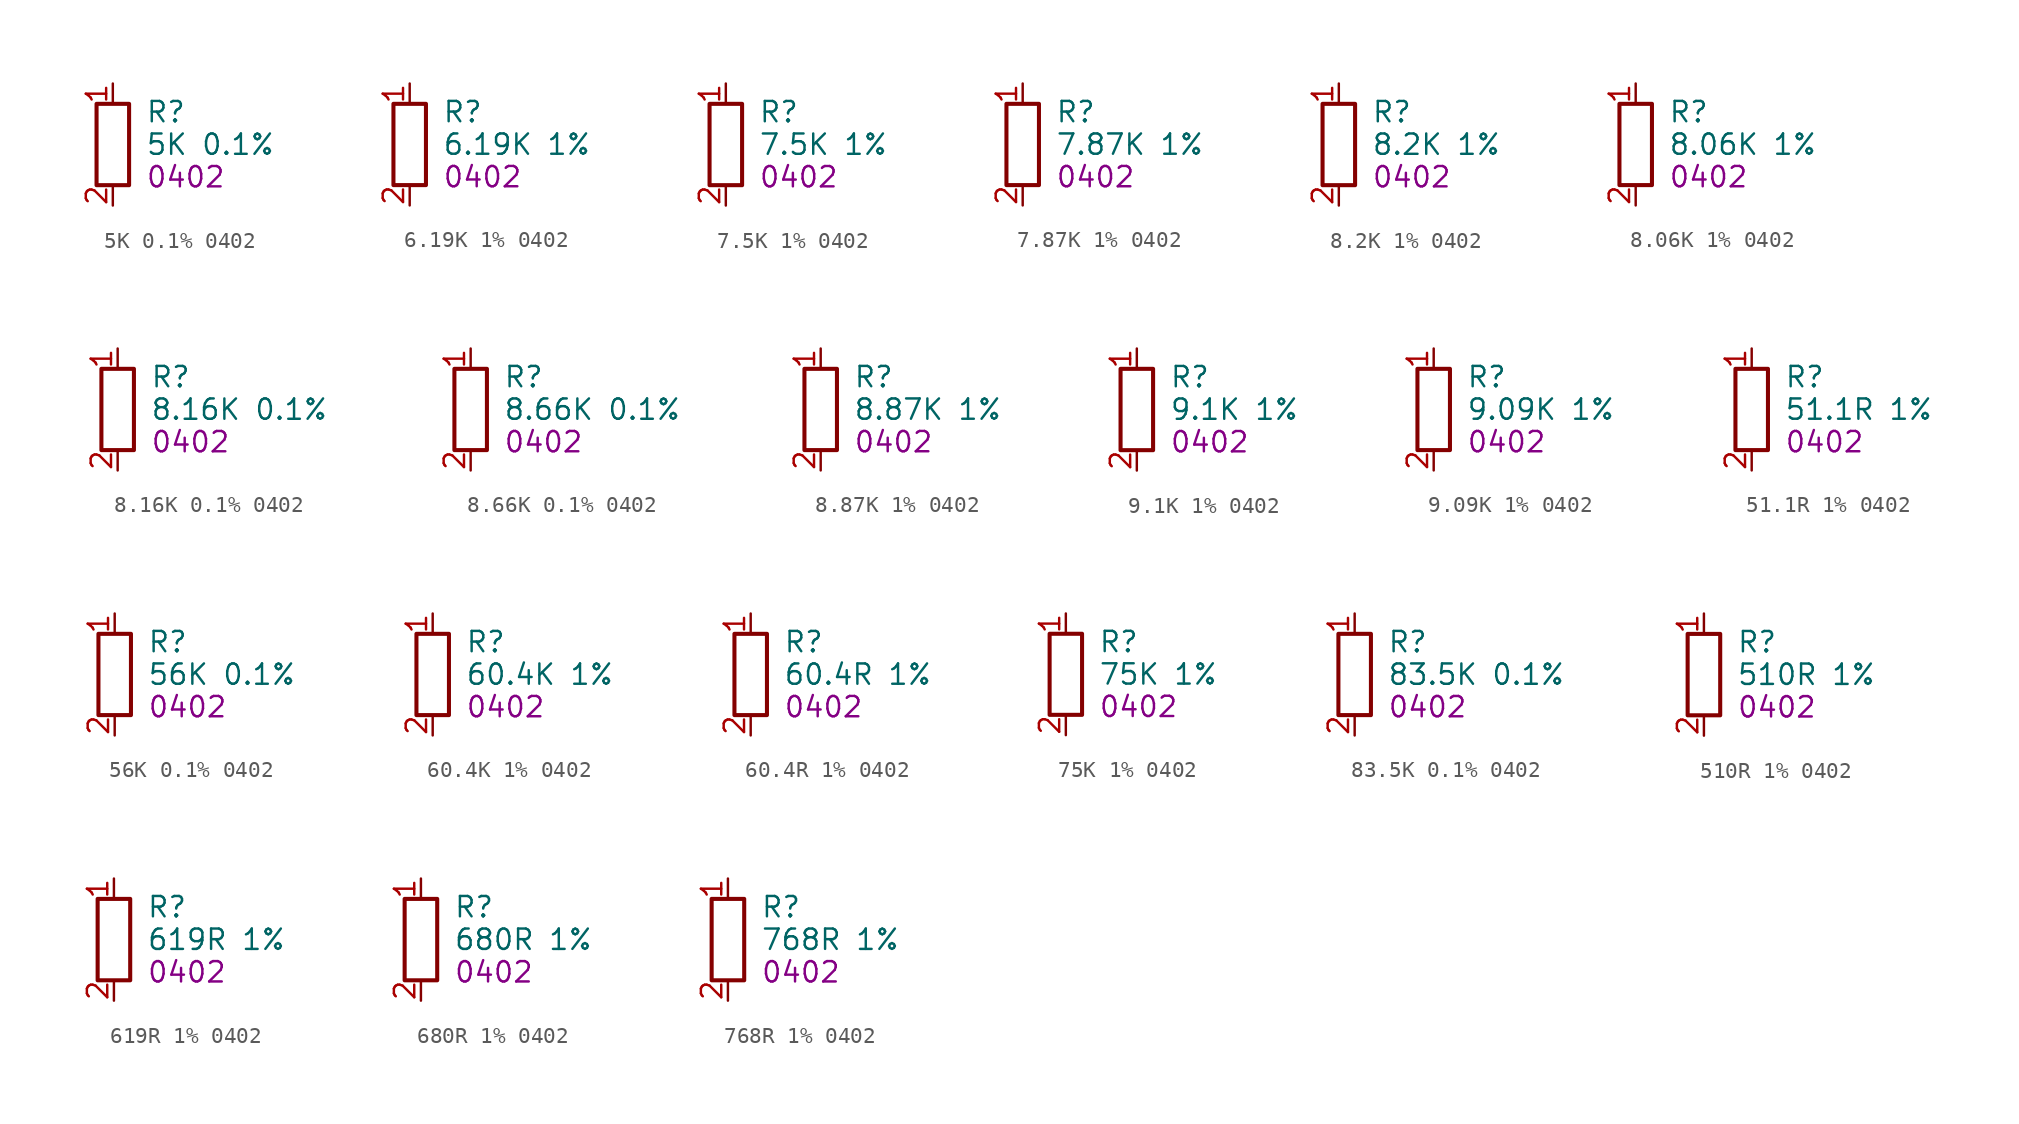
<source format=kicad_sym>
(kicad_symbol_lib
  (version 20241209)
  (generator "kicad_symbol_editor")
  (generator_version "9.0")
  (symbol "5K 0.1% 0402"
    (property "Reference" "R"
      (at 2.032 2.032 0)
      (effects (font (size 1.27 1.27)) (justify left)))
    (property "Value" "5K 0.1%"
      (at 2.032 0 0)
      (effects (font (size 1.27 1.27)) (justify left)))
    (property "FOOTPRINT_SHORT" "0402"
      (at 2.032 -2.032 0)
      (effects (font (size 1.27 1.27)) (justify left)))
    (symbol "5K 0.1% 0402_0_1"
      (rectangle (start -1.016 2.54) (end 1.016 -2.54) (stroke (width 0.254) (type default)) (fill (type none))))
    (symbol "5K 0.1% 0402_1_1"
      (pin passive line (at 0 3.81 270) (length 1.27) (name "~" (effects (font (size 1.27 1.27)))) (number "1" (effects (font (size 1.27 1.27)))))
      (pin passive line (at 0 -3.81 90) (length 1.27) (name "~" (effects (font (size 1.27 1.27)))) (number "2" (effects (font (size 1.27 1.27)))))))
  (symbol "6.19K 1% 0402"
    (property "Reference" "R"
      (at 2.032 2.032 0)
      (effects (font (size 1.27 1.27)) (justify left)))
    (property "Value" "6.19K 1%"
      (at 2.032 0 0)
      (effects (font (size 1.27 1.27)) (justify left)))
    (property "FOOTPRINT_SHORT" "0402"
      (at 2.032 -2.032 0)
      (effects (font (size 1.27 1.27)) (justify left)))
    (symbol "6.19K 1% 0402_0_1"
      (rectangle (start -1.016 2.54) (end 1.016 -2.54) (stroke (width 0.254) (type default)) (fill (type none))))
    (symbol "6.19K 1% 0402_1_1"
      (pin passive line (at 0 3.81 270) (length 1.27) (name "~" (effects (font (size 1.27 1.27)))) (number "1" (effects (font (size 1.27 1.27)))))
      (pin passive line (at 0 -3.81 90) (length 1.27) (name "~" (effects (font (size 1.27 1.27)))) (number "2" (effects (font (size 1.27 1.27)))))))
  (symbol "7.5K 1% 0402"
    (property "Reference" "R"
      (at 2.032 2.032 0)
      (effects (font (size 1.27 1.27)) (justify left)))
    (property "Value" "7.5K 1%"
      (at 2.032 0 0)
      (effects (font (size 1.27 1.27)) (justify left)))
    (property "FOOTPRINT_SHORT" "0402"
      (at 2.032 -2.032 0)
      (effects (font (size 1.27 1.27)) (justify left)))
    (symbol "7.5K 1% 0402_0_1"
      (rectangle (start -1.016 2.54) (end 1.016 -2.54) (stroke (width 0.254) (type default)) (fill (type none))))
    (symbol "7.5K 1% 0402_1_1"
      (pin passive line (at 0 3.81 270) (length 1.27) (name "~" (effects (font (size 1.27 1.27)))) (number "1" (effects (font (size 1.27 1.27)))))
      (pin passive line (at 0 -3.81 90) (length 1.27) (name "~" (effects (font (size 1.27 1.27)))) (number "2" (effects (font (size 1.27 1.27)))))))
  (symbol "7.87K 1% 0402"
    (property "Reference" "R"
      (at 2.032 2.032 0)
      (effects (font (size 1.27 1.27)) (justify left)))
    (property "Value" "7.87K 1%"
      (at 2.032 0 0)
      (effects (font (size 1.27 1.27)) (justify left)))
    (property "FOOTPRINT_SHORT" "0402"
      (at 2.032 -2.032 0)
      (effects (font (size 1.27 1.27)) (justify left)))
    (symbol "7.87K 1% 0402_0_1"
      (rectangle (start -1.016 2.54) (end 1.016 -2.54) (stroke (width 0.254) (type default)) (fill (type none))))
    (symbol "7.87K 1% 0402_1_1"
      (pin passive line (at 0 3.81 270) (length 1.27) (name "~" (effects (font (size 1.27 1.27)))) (number "1" (effects (font (size 1.27 1.27)))))
      (pin passive line (at 0 -3.81 90) (length 1.27) (name "~" (effects (font (size 1.27 1.27)))) (number "2" (effects (font (size 1.27 1.27)))))))
  (symbol "8.2K 1% 0402"
    (property "Reference" "R"
      (at 2.032 2.032 0)
      (effects (font (size 1.27 1.27)) (justify left)))
    (property "Value" "8.2K 1%"
      (at 2.032 0 0)
      (effects (font (size 1.27 1.27)) (justify left)))
    (property "FOOTPRINT_SHORT" "0402"
      (at 2.032 -2.032 0)
      (effects (font (size 1.27 1.27)) (justify left)))
    (symbol "8.2K 1% 0402_0_1"
      (rectangle (start -1.016 2.54) (end 1.016 -2.54) (stroke (width 0.254) (type default)) (fill (type none))))
    (symbol "8.2K 1% 0402_1_1"
      (pin passive line (at 0 3.81 270) (length 1.27) (name "~" (effects (font (size 1.27 1.27)))) (number "1" (effects (font (size 1.27 1.27)))))
      (pin passive line (at 0 -3.81 90) (length 1.27) (name "~" (effects (font (size 1.27 1.27)))) (number "2" (effects (font (size 1.27 1.27)))))))
  (symbol "8.06K 1% 0402"
    (property "Reference" "R"
      (at 2.032 2.032 0)
      (effects (font (size 1.27 1.27)) (justify left)))
    (property "Value" "8.06K 1%"
      (at 2.032 0 0)
      (effects (font (size 1.27 1.27)) (justify left)))
    (property "FOOTPRINT_SHORT" "0402"
      (at 2.032 -2.032 0)
      (effects (font (size 1.27 1.27)) (justify left)))
    (symbol "8.06K 1% 0402_0_1"
      (rectangle (start -1.016 2.54) (end 1.016 -2.54) (stroke (width 0.254) (type default)) (fill (type none))))
    (symbol "8.06K 1% 0402_1_1"
      (pin passive line (at 0 3.81 270) (length 1.27) (name "~" (effects (font (size 1.27 1.27)))) (number "1" (effects (font (size 1.27 1.27)))))
      (pin passive line (at 0 -3.81 90) (length 1.27) (name "~" (effects (font (size 1.27 1.27)))) (number "2" (effects (font (size 1.27 1.27)))))))
  (symbol "8.16K 0.1% 0402"
    (property "Reference" "R"
      (at 2.032 2.032 0)
      (effects (font (size 1.27 1.27)) (justify left)))
    (property "Value" "8.16K 0.1%"
      (at 2.032 0 0)
      (effects (font (size 1.27 1.27)) (justify left)))
    (property "FOOTPRINT_SHORT" "0402"
      (at 2.032 -2.032 0)
      (effects (font (size 1.27 1.27)) (justify left)))
    (symbol "8.16K 0.1% 0402_0_1"
      (rectangle (start -1.016 2.54) (end 1.016 -2.54) (stroke (width 0.254) (type default)) (fill (type none))))
    (symbol "8.16K 0.1% 0402_1_1"
      (pin passive line (at 0 3.81 270) (length 1.27) (name "~" (effects (font (size 1.27 1.27)))) (number "1" (effects (font (size 1.27 1.27)))))
      (pin passive line (at 0 -3.81 90) (length 1.27) (name "~" (effects (font (size 1.27 1.27)))) (number "2" (effects (font (size 1.27 1.27)))))))
  (symbol "8.66K 0.1% 0402"
    (property "Reference" "R"
      (at 2.032 2.032 0)
      (effects (font (size 1.27 1.27)) (justify left)))
    (property "Value" "8.66K 0.1%"
      (at 2.032 0 0)
      (effects (font (size 1.27 1.27)) (justify left)))
    (property "FOOTPRINT_SHORT" "0402"
      (at 2.032 -2.032 0)
      (effects (font (size 1.27 1.27)) (justify left)))
    (symbol "8.66K 0.1% 0402_0_1"
      (rectangle (start -1.016 2.54) (end 1.016 -2.54) (stroke (width 0.254) (type default)) (fill (type none))))
    (symbol "8.66K 0.1% 0402_1_1"
      (pin passive line (at 0 3.81 270) (length 1.27) (name "~" (effects (font (size 1.27 1.27)))) (number "1" (effects (font (size 1.27 1.27)))))
      (pin passive line (at 0 -3.81 90) (length 1.27) (name "~" (effects (font (size 1.27 1.27)))) (number "2" (effects (font (size 1.27 1.27)))))))
  (symbol "8.87K 1% 0402"
    (property "Reference" "R"
      (at 2.032 2.032 0)
      (effects (font (size 1.27 1.27)) (justify left)))
    (property "Value" "8.87K 1%"
      (at 2.032 0 0)
      (effects (font (size 1.27 1.27)) (justify left)))
    (property "FOOTPRINT_SHORT" "0402"
      (at 2.032 -2.032 0)
      (effects (font (size 1.27 1.27)) (justify left)))
    (symbol "8.87K 1% 0402_0_1"
      (rectangle (start -1.016 2.54) (end 1.016 -2.54) (stroke (width 0.254) (type default)) (fill (type none))))
    (symbol "8.87K 1% 0402_1_1"
      (pin passive line (at 0 3.81 270) (length 1.27) (name "~" (effects (font (size 1.27 1.27)))) (number "1" (effects (font (size 1.27 1.27)))))
      (pin passive line (at 0 -3.81 90) (length 1.27) (name "~" (effects (font (size 1.27 1.27)))) (number "2" (effects (font (size 1.27 1.27)))))))
  (symbol "9.1K 1% 0402"
    (property "Reference" "R"
      (at 2.032 2.032 0)
      (effects (font (size 1.27 1.27)) (justify left)))
    (property "Value" "9.1K 1%"
      (at 2.032 0 0)
      (effects (font (size 1.27 1.27)) (justify left)))
    (property "FOOTPRINT_SHORT" "0402"
      (at 2.032 -2.032 0)
      (effects (font (size 1.27 1.27)) (justify left)))
    (symbol "9.1K 1% 0402_0_1"
      (rectangle (start -1.016 2.54) (end 1.016 -2.54) (stroke (width 0.254) (type default)) (fill (type none))))
    (symbol "9.1K 1% 0402_1_1"
      (pin passive line (at 0 3.81 270) (length 1.27) (name "~" (effects (font (size 1.27 1.27)))) (number "1" (effects (font (size 1.27 1.27)))))
      (pin passive line (at 0 -3.81 90) (length 1.27) (name "~" (effects (font (size 1.27 1.27)))) (number "2" (effects (font (size 1.27 1.27)))))))
  (symbol "9.09K 1% 0402"
    (property "Reference" "R"
      (at 2.032 2.032 0)
      (effects (font (size 1.27 1.27)) (justify left)))
    (property "Value" "9.09K 1%"
      (at 2.032 0 0)
      (effects (font (size 1.27 1.27)) (justify left)))
    (property "FOOTPRINT_SHORT" "0402"
      (at 2.032 -2.032 0)
      (effects (font (size 1.27 1.27)) (justify left)))
    (symbol "9.09K 1% 0402_0_1"
      (rectangle (start -1.016 2.54) (end 1.016 -2.54) (stroke (width 0.254) (type default)) (fill (type none))))
    (symbol "9.09K 1% 0402_1_1"
      (pin passive line (at 0 3.81 270) (length 1.27) (name "~" (effects (font (size 1.27 1.27)))) (number "1" (effects (font (size 1.27 1.27)))))
      (pin passive line (at 0 -3.81 90) (length 1.27) (name "~" (effects (font (size 1.27 1.27)))) (number "2" (effects (font (size 1.27 1.27)))))))
  (symbol "51.1R 1% 0402"
    (property "Reference" "R"
      (at 2.032 2.032 0)
      (effects (font (size 1.27 1.27)) (justify left)))
    (property "Value" "51.1R 1%"
      (at 2.032 0 0)
      (effects (font (size 1.27 1.27)) (justify left)))
    (property "FOOTPRINT_SHORT" "0402"
      (at 2.032 -2.032 0)
      (effects (font (size 1.27 1.27)) (justify left)))
    (symbol "51.1R 1% 0402_0_1"
      (rectangle (start -1.016 2.54) (end 1.016 -2.54) (stroke (width 0.254) (type default)) (fill (type none))))
    (symbol "51.1R 1% 0402_1_1"
      (pin passive line (at 0 3.81 270) (length 1.27) (name "~" (effects (font (size 1.27 1.27)))) (number "1" (effects (font (size 1.27 1.27)))))
      (pin passive line (at 0 -3.81 90) (length 1.27) (name "~" (effects (font (size 1.27 1.27)))) (number "2" (effects (font (size 1.27 1.27)))))))
  (symbol "56K 0.1% 0402"
    (property "Reference" "R"
      (at 2.032 2.032 0)
      (effects (font (size 1.27 1.27)) (justify left)))
    (property "Value" "56K 0.1%"
      (at 2.032 0 0)
      (effects (font (size 1.27 1.27)) (justify left)))
    (property "FOOTPRINT_SHORT" "0402"
      (at 2.032 -2.032 0)
      (effects (font (size 1.27 1.27)) (justify left)))
    (symbol "56K 0.1% 0402_0_1"
      (rectangle (start -1.016 2.54) (end 1.016 -2.54) (stroke (width 0.254) (type default)) (fill (type none))))
    (symbol "56K 0.1% 0402_1_1"
      (pin passive line (at 0 3.81 270) (length 1.27) (name "~" (effects (font (size 1.27 1.27)))) (number "1" (effects (font (size 1.27 1.27)))))
      (pin passive line (at 0 -3.81 90) (length 1.27) (name "~" (effects (font (size 1.27 1.27)))) (number "2" (effects (font (size 1.27 1.27)))))))
  (symbol "60.4K 1% 0402"
    (property "Reference" "R"
      (at 2.032 2.032 0)
      (effects (font (size 1.27 1.27)) (justify left)))
    (property "Value" "60.4K 1%"
      (at 2.032 0 0)
      (effects (font (size 1.27 1.27)) (justify left)))
    (property "FOOTPRINT_SHORT" "0402"
      (at 2.032 -2.032 0)
      (effects (font (size 1.27 1.27)) (justify left)))
    (symbol "60.4K 1% 0402_0_1"
      (rectangle (start -1.016 2.54) (end 1.016 -2.54) (stroke (width 0.254) (type default)) (fill (type none))))
    (symbol "60.4K 1% 0402_1_1"
      (pin passive line (at 0 3.81 270) (length 1.27) (name "~" (effects (font (size 1.27 1.27)))) (number "1" (effects (font (size 1.27 1.27)))))
      (pin passive line (at 0 -3.81 90) (length 1.27) (name "~" (effects (font (size 1.27 1.27)))) (number "2" (effects (font (size 1.27 1.27)))))))
  (symbol "60.4R 1% 0402"
    (property "Reference" "R"
      (at 2.032 2.032 0)
      (effects (font (size 1.27 1.27)) (justify left)))
    (property "Value" "60.4R 1%"
      (at 2.032 0 0)
      (effects (font (size 1.27 1.27)) (justify left)))
    (property "FOOTPRINT_SHORT" "0402"
      (at 2.032 -2.032 0)
      (effects (font (size 1.27 1.27)) (justify left)))
    (symbol "60.4R 1% 0402_0_1"
      (rectangle (start -1.016 2.54) (end 1.016 -2.54) (stroke (width 0.254) (type default)) (fill (type none))))
    (symbol "60.4R 1% 0402_1_1"
      (pin passive line (at 0 3.81 270) (length 1.27) (name "~" (effects (font (size 1.27 1.27)))) (number "1" (effects (font (size 1.27 1.27)))))
      (pin passive line (at 0 -3.81 90) (length 1.27) (name "~" (effects (font (size 1.27 1.27)))) (number "2" (effects (font (size 1.27 1.27)))))))
  (symbol "75K 1% 0402"
    (property "Reference" "R"
      (at 2.032 2.032 0)
      (effects (font (size 1.27 1.27)) (justify left)))
    (property "Value" "75K 1%"
      (at 2.032 0 0)
      (effects (font (size 1.27 1.27)) (justify left)))
    (property "FOOTPRINT_SHORT" "0402"
      (at 2.032 -2.032 0)
      (effects (font (size 1.27 1.27)) (justify left)))
    (symbol "75K 1% 0402_0_1"
      (rectangle (start -1.016 2.54) (end 1.016 -2.54) (stroke (width 0.254) (type default)) (fill (type none))))
    (symbol "75K 1% 0402_1_1"
      (pin passive line (at 0 3.81 270) (length 1.27) (name "~" (effects (font (size 1.27 1.27)))) (number "1" (effects (font (size 1.27 1.27)))))
      (pin passive line (at 0 -3.81 90) (length 1.27) (name "~" (effects (font (size 1.27 1.27)))) (number "2" (effects (font (size 1.27 1.27)))))))
  (symbol "83.5K 0.1% 0402"
    (property "Reference" "R"
      (at 2.032 2.032 0)
      (effects (font (size 1.27 1.27)) (justify left)))
    (property "Value" "83.5K 0.1%"
      (at 2.032 0 0)
      (effects (font (size 1.27 1.27)) (justify left)))
    (property "FOOTPRINT_SHORT" "0402"
      (at 2.032 -2.032 0)
      (effects (font (size 1.27 1.27)) (justify left)))
    (symbol "83.5K 0.1% 0402_0_1"
      (rectangle (start -1.016 2.54) (end 1.016 -2.54) (stroke (width 0.254) (type default)) (fill (type none))))
    (symbol "83.5K 0.1% 0402_1_1"
      (pin passive line (at 0 3.81 270) (length 1.27) (name "~" (effects (font (size 1.27 1.27)))) (number "1" (effects (font (size 1.27 1.27)))))
      (pin passive line (at 0 -3.81 90) (length 1.27) (name "~" (effects (font (size 1.27 1.27)))) (number "2" (effects (font (size 1.27 1.27)))))))
  (symbol "510R 1% 0402"
    (property "Reference" "R"
      (at 2.032 2.032 0)
      (effects (font (size 1.27 1.27)) (justify left)))
    (property "Value" "510R 1%"
      (at 2.032 0 0)
      (effects (font (size 1.27 1.27)) (justify left)))
    (property "FOOTPRINT_SHORT" "0402"
      (at 2.032 -2.032 0)
      (effects (font (size 1.27 1.27)) (justify left)))
    (symbol "510R 1% 0402_0_1"
      (rectangle (start -1.016 2.54) (end 1.016 -2.54) (stroke (width 0.254) (type default)) (fill (type none))))
    (symbol "510R 1% 0402_1_1"
      (pin passive line (at 0 3.81 270) (length 1.27) (name "~" (effects (font (size 1.27 1.27)))) (number "1" (effects (font (size 1.27 1.27)))))
      (pin passive line (at 0 -3.81 90) (length 1.27) (name "~" (effects (font (size 1.27 1.27)))) (number "2" (effects (font (size 1.27 1.27)))))))
  (symbol "619R 1% 0402"
    (property "Reference" "R"
      (at 2.032 2.032 0)
      (effects (font (size 1.27 1.27)) (justify left)))
    (property "Value" "619R 1%"
      (at 2.032 0 0)
      (effects (font (size 1.27 1.27)) (justify left)))
    (property "FOOTPRINT_SHORT" "0402"
      (at 2.032 -2.032 0)
      (effects (font (size 1.27 1.27)) (justify left)))
    (symbol "619R 1% 0402_0_1"
      (rectangle (start -1.016 2.54) (end 1.016 -2.54) (stroke (width 0.254) (type default)) (fill (type none))))
    (symbol "619R 1% 0402_1_1"
      (pin passive line (at 0 3.81 270) (length 1.27) (name "~" (effects (font (size 1.27 1.27)))) (number "1" (effects (font (size 1.27 1.27)))))
      (pin passive line (at 0 -3.81 90) (length 1.27) (name "~" (effects (font (size 1.27 1.27)))) (number "2" (effects (font (size 1.27 1.27)))))))
  (symbol "680R 1% 0402"
    (property "Reference" "R"
      (at 2.032 2.032 0)
      (effects (font (size 1.27 1.27)) (justify left)))
    (property "Value" "680R 1%"
      (at 2.032 0 0)
      (effects (font (size 1.27 1.27)) (justify left)))
    (property "FOOTPRINT_SHORT" "0402"
      (at 2.032 -2.032 0)
      (effects (font (size 1.27 1.27)) (justify left)))
    (symbol "680R 1% 0402_0_1"
      (rectangle (start -1.016 2.54) (end 1.016 -2.54) (stroke (width 0.254) (type default)) (fill (type none))))
    (symbol "680R 1% 0402_1_1"
      (pin passive line (at 0 3.81 270) (length 1.27) (name "~" (effects (font (size 1.27 1.27)))) (number "1" (effects (font (size 1.27 1.27)))))
      (pin passive line (at 0 -3.81 90) (length 1.27) (name "~" (effects (font (size 1.27 1.27)))) (number "2" (effects (font (size 1.27 1.27)))))))
  (symbol "768R 1% 0402"
    (property "Reference" "R"
      (at 2.032 2.032 0)
      (effects (font (size 1.27 1.27)) (justify left)))
    (property "Value" "768R 1%"
      (at 2.032 0 0)
      (effects (font (size 1.27 1.27)) (justify left)))
    (property "FOOTPRINT_SHORT" "0402"
      (at 2.032 -2.032 0)
      (effects (font (size 1.27 1.27)) (justify left)))
    (symbol "768R 1% 0402_0_1"
      (rectangle (start -1.016 2.54) (end 1.016 -2.54) (stroke (width 0.254) (type default)) (fill (type none))))
    (symbol "768R 1% 0402_1_1"
      (pin passive line (at 0 3.81 270) (length 1.27) (name "~" (effects (font (size 1.27 1.27)))) (number "1" (effects (font (size 1.27 1.27)))))
      (pin passive line (at 0 -3.81 90) (length 1.27) (name "~" (effects (font (size 1.27 1.27)))) (number "2" (effects (font (size 1.27 1.27))))))))
</source>
